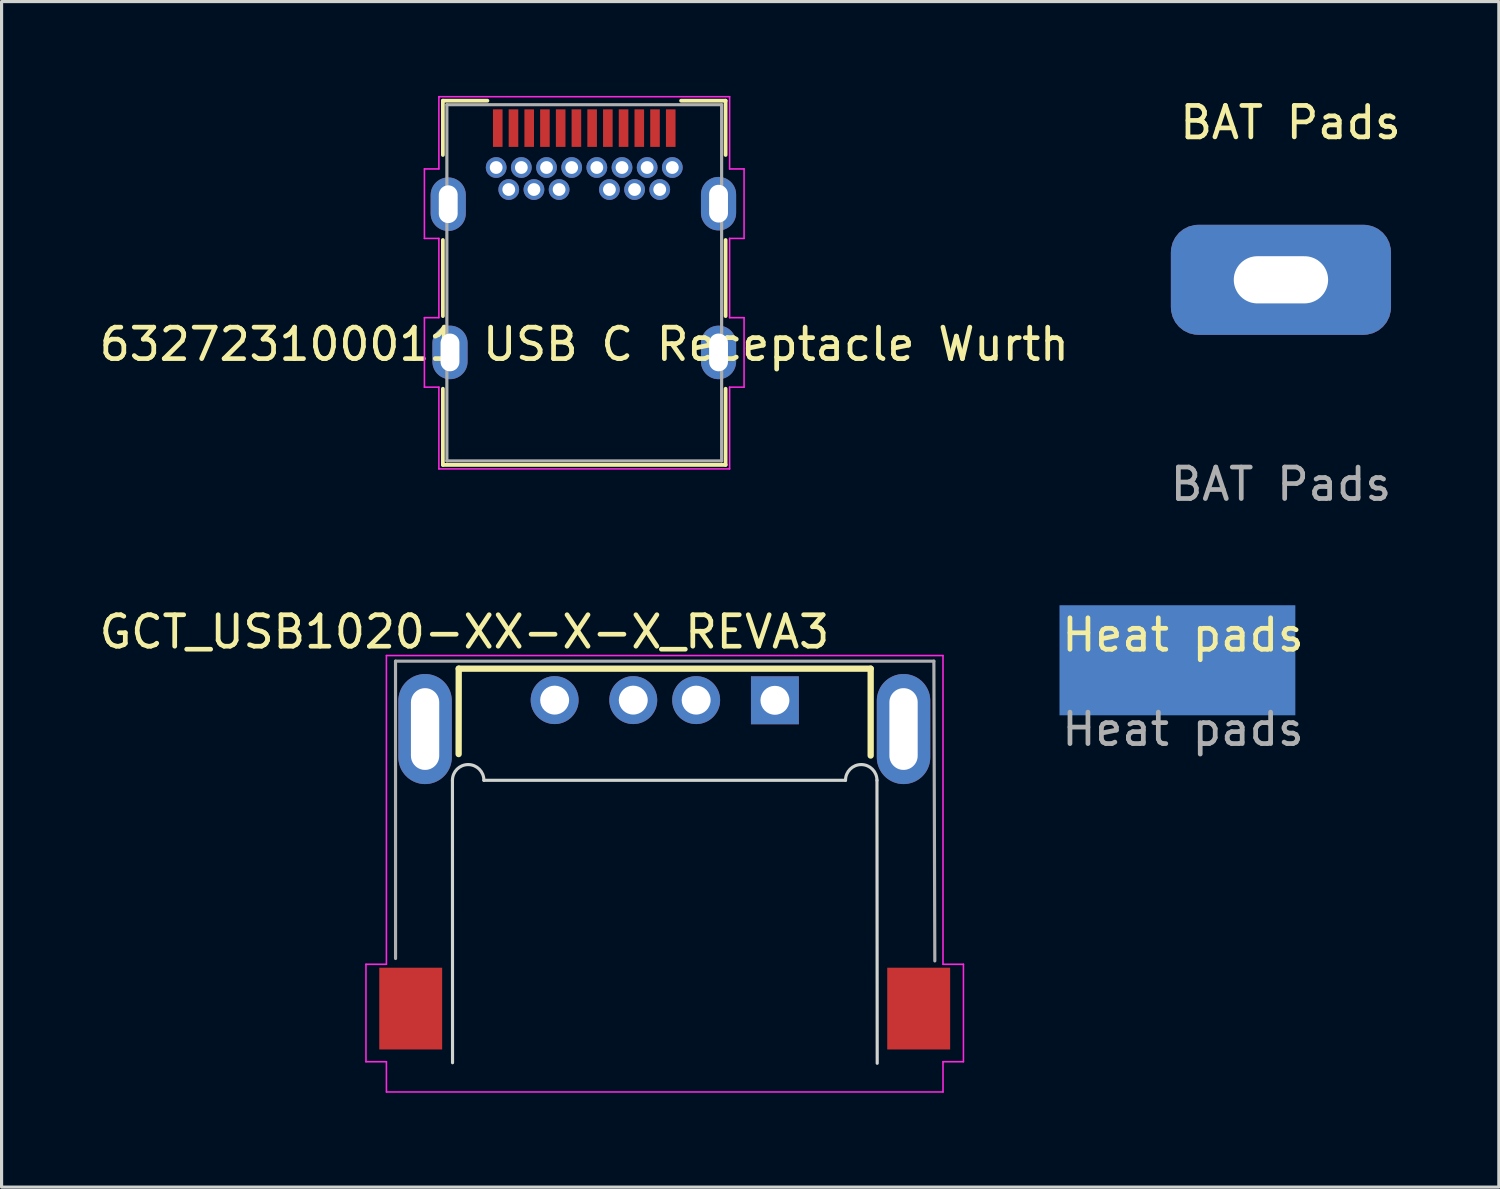
<source format=kicad_pcb>
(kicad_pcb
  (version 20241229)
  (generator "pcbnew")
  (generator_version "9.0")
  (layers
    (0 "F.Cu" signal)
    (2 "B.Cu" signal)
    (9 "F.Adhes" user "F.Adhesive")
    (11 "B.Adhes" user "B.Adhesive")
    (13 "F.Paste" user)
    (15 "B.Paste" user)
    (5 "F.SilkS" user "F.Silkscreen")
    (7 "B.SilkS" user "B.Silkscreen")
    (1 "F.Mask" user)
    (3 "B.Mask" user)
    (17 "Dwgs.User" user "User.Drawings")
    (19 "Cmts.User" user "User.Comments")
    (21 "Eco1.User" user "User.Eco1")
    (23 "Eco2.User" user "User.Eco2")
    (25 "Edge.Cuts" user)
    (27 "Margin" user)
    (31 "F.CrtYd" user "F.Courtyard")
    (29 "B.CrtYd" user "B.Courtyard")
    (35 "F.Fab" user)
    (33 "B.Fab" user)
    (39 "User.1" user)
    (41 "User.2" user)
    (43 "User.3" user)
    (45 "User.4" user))
  (footprint "632723100011 USB C Receptacle Wurth"
    (layer "F.Cu")
    (at 12.779 1.031)
    (property "Reference" "632723100011 USB C Receptacle Wurth" (at 2.751 6.868 0) (layer "F.SilkS") (effects (font (size 1 1) (thickness 0.15))))
    (attr through_hole)
    (fp_line (start -1.745 -0.879) (end -1.745 0.847) (stroke (width 0.12) (type solid)) (layer "F.SilkS"))
    (fp_line (start -1.745 3.551) (end -1.745 5.971) (stroke (width 0.12) (type solid)) (layer "F.SilkS"))
    (fp_line (start -1.745 8.281) (end -1.745 10.703) (stroke (width 0.12) (type solid)) (layer "F.SilkS"))
    (fp_line (start -1.745 10.703) (end 7.246 10.703) (stroke (width 0.12) (type solid)) (layer "F.SilkS"))
    (fp_line (start -0.329 -0.879) (end -1.745 -0.879) (stroke (width 0.12) (type solid)) (layer "F.SilkS"))
    (fp_line (start 7.246 -0.879) (end 5.83 -0.879) (stroke (width 0.12) (type solid)) (layer "F.SilkS"))
    (fp_line (start 7.246 0.847) (end 7.246 -0.879) (stroke (width 0.12) (type solid)) (layer "F.SilkS"))
    (fp_line (start 7.246 5.971) (end 7.246 3.551) (stroke (width 0.12) (type solid)) (layer "F.SilkS"))
    (fp_line (start 7.246 10.703) (end 7.246 8.281) (stroke (width 0.12) (type solid)) (layer "F.SilkS"))
    (fp_line (start -2.332 6.021) (end -2.332 8.231) (stroke (width 0.05) (type solid)) (layer "F.CrtYd"))
    (fp_line (start -2.332 8.231) (end -1.872 8.231) (stroke (width 0.05) (type solid)) (layer "F.CrtYd"))
    (fp_line (start -2.332 1.291) (end -2.332 3.501) (stroke (width 0.05) (type solid)) (layer "F.CrtYd"))
    (fp_line (start -2.332 3.501) (end -1.872 3.501) (stroke (width 0.05) (type solid)) (layer "F.CrtYd"))
    (fp_line (start -1.872 -1.006) (end -1.872 1.291) (stroke (width 0.05) (type solid)) (layer "F.CrtYd"))
    (fp_line (start -1.872 1.291) (end -2.332 1.291) (stroke (width 0.05) (type solid)) (layer "F.CrtYd"))
    (fp_line (start -1.872 3.501) (end -1.872 6.021) (stroke (width 0.05) (type solid)) (layer "F.CrtYd"))
    (fp_line (start -1.872 6.021) (end -2.332 6.021) (stroke (width 0.05) (type solid)) (layer "F.CrtYd"))
    (fp_line (start -1.872 8.231) (end -1.872 10.83) (stroke (width 0.05) (type solid)) (layer "F.CrtYd"))
    (fp_line (start -1.872 10.83) (end 7.373 10.83) (stroke (width 0.05) (type solid)) (layer "F.CrtYd"))
    (fp_line (start 7.373 -1.006) (end -1.872 -1.006) (stroke (width 0.05) (type solid)) (layer "F.CrtYd"))
    (fp_line (start 7.373 1.291) (end 7.373 -1.006) (stroke (width 0.05) (type solid)) (layer "F.CrtYd"))
    (fp_line (start 7.373 3.501) (end 7.833 3.501) (stroke (width 0.05) (type solid)) (layer "F.CrtYd"))
    (fp_line (start 7.373 6.021) (end 7.373 3.501) (stroke (width 0.05) (type solid)) (layer "F.CrtYd"))
    (fp_line (start 7.373 8.231) (end 7.833 8.231) (stroke (width 0.05) (type solid)) (layer "F.CrtYd"))
    (fp_line (start 7.373 10.83) (end 7.373 8.231) (stroke (width 0.05) (type solid)) (layer "F.CrtYd"))
    (fp_line (start 7.833 1.291) (end 7.373 1.291) (stroke (width 0.05) (type solid)) (layer "F.CrtYd"))
    (fp_line (start 7.833 3.501) (end 7.833 1.291) (stroke (width 0.05) (type solid)) (layer "F.CrtYd"))
    (fp_line (start 7.833 6.021) (end 7.373 6.021) (stroke (width 0.05) (type solid)) (layer "F.CrtYd"))
    (fp_line (start 7.833 8.231) (end 7.833 6.021) (stroke (width 0.05) (type solid)) (layer "F.CrtYd"))
    (fp_line (start -1.618 -0.752) (end -1.618 10.576) (stroke (width 0.1) (type solid)) (layer "F.Fab"))
    (fp_line (start -1.618 10.576) (end 7.119 10.576) (stroke (width 0.1) (type solid)) (layer "F.Fab"))
    (fp_line (start 7.119 -0.752) (end -1.618 -0.752) (stroke (width 0.1) (type solid)) (layer "F.Fab"))
    (fp_line (start 7.119 10.576) (end 7.119 -0.752) (stroke (width 0.1) (type solid)) (layer "F.Fab"))
    (pad "25" thru_hole circle (at 4.751 1.246) (size 0.66 0.66) (drill 0.406) (layers "*.Cu" "*.Mask"))
    (pad "26" thru_hole circle (at 0.75 1.246) (size 0.66 0.66) (drill 0.406) (layers "*.Cu" "*.Mask"))
    (pad "A1" smd rect (at 0 -0.007) (size 0.305 1.194) (layers "F.Cu" "F.Mask" "F.Paste"))
    (pad "A2" smd rect (at 0.5 -0.007) (size 0.305 1.194) (layers "F.Cu" "F.Mask" "F.Paste"))
    (pad "A3" smd rect (at 1 -0.007) (size 0.305 1.194) (layers "F.Cu" "F.Mask" "F.Paste"))
    (pad "A4" smd rect (at 1.5 -0.007) (size 0.305 1.194) (layers "F.Cu" "F.Mask" "F.Paste"))
    (pad "A5" smd rect (at 2.001 -0.007) (size 0.305 1.194) (layers "F.Cu" "F.Mask" "F.Paste"))
    (pad "A6" smd rect (at 2.501 -0.007) (size 0.305 1.194) (layers "F.Cu" "F.Mask" "F.Paste"))
    (pad "A7" smd rect (at 3.001 -0.007) (size 0.305 1.194) (layers "F.Cu" "F.Mask" "F.Paste"))
    (pad "A8" smd rect (at 3.501 -0.007) (size 0.305 1.194) (layers "F.Cu" "F.Mask" "F.Paste"))
    (pad "A9" smd rect (at 4.001 -0.007) (size 0.305 1.194) (layers "F.Cu" "F.Mask" "F.Paste"))
    (pad "A10" smd rect (at 4.501 -0.007) (size 0.305 1.194) (layers "F.Cu" "F.Mask" "F.Paste"))
    (pad "A11" smd rect (at 5.001 -0.007) (size 0.305 1.194) (layers "F.Cu" "F.Mask" "F.Paste"))
    (pad "A12" smd rect (at 5.501 -0.007) (size 0.305 1.194) (layers "F.Cu" "F.Mask" "F.Paste"))
    (pad "B1" thru_hole circle (at 5.551 1.246) (size 0.66 0.66) (drill 0.406) (layers "*.Cu" "*.Mask"))
    (pad "B2" thru_hole circle (at 5.151 1.946) (size 0.66 0.66) (drill 0.406) (layers "*.Cu" "*.Mask"))
    (pad "B3" thru_hole circle (at 4.351 1.946) (size 0.66 0.66) (drill 0.406) (layers "*.Cu" "*.Mask"))
    (pad "B4" thru_hole circle (at 3.951 1.246) (size 0.66 0.66) (drill 0.406) (layers "*.Cu" "*.Mask"))
    (pad "B5" thru_hole circle (at 3.551 1.946) (size 0.66 0.66) (drill 0.406) (layers "*.Cu" "*.Mask"))
    (pad "B6" thru_hole circle (at 3.151 1.246) (size 0.66 0.66) (drill 0.406) (layers "*.Cu" "*.Mask"))
    (pad "B7" thru_hole circle (at 2.351 1.246) (size 0.66 0.66) (drill 0.406) (layers "*.Cu" "*.Mask"))
    (pad "B8" thru_hole circle (at 1.951 1.946) (size 0.66 0.66) (drill 0.406) (layers "*.Cu" "*.Mask"))
    (pad "B9" thru_hole circle (at 1.551 1.246) (size 0.66 0.66) (drill 0.406) (layers "*.Cu" "*.Mask"))
    (pad "B10" thru_hole circle (at 1.151 1.946) (size 0.66 0.66) (drill 0.406) (layers "*.Cu" "*.Mask"))
    (pad "B11" thru_hole circle (at 0.35 1.946) (size 0.66 0.66) (drill 0.406) (layers "*.Cu" "*.Mask"))
    (pad "B12" thru_hole circle (at -0.05 1.246) (size 0.66 0.66) (drill 0.406) (layers "*.Cu" "*.Mask"))
    (pad "S1" thru_hole oval (at -1.575 2.413 90) (size 1.702 1.118) (drill oval 1.2 0.6) (layers "*.Cu" "*.Mask"))
    (pad "S1" thru_hole oval (at -1.519 7.126 90) (size 1.702 1.118) (drill oval 1.2 0.6) (layers "*.Cu" "*.Mask"))
    (pad "S1" thru_hole oval (at 7.021 2.396 90) (size 1.702 1.118) (drill oval 1.2 0.6) (layers "*.Cu" "*.Mask"))
    (pad "S1" thru_hole oval (at 7.021 7.126 90) (size 1.702 1.118) (drill oval 1.2 0.6) (layers "*.Cu" "*.Mask")))
  (footprint "Heat pads"
    (layer "F.Cu")
    (at 34.571 17.642)
    (property "Reference" "Heat pads" (at 0 -0.5 0) (unlocked yes) (layer "F.SilkS") (effects (font (size 1 1) (thickness 0.15))))
    (attr smd)
    (fp_text user "${REFERENCE}" (at 0 2.5 0) (unlocked yes) (layer "F.Fab") (effects (font (size 1 1) (thickness 0.15))))
    (pad "1" smd rect (at -0.178 0.305) (size 7.5 3.5) (layers "B.Cu" "B.Mask")))
  (footprint "BAT Pads"
    (layer "F.Cu")
    (at 37.685 5.848)
    (property "Reference" "BAT Pads" (at 0.305 -5 0) (unlocked yes) (layer "F.SilkS") (effects (font (size 1 1) (thickness 0.15))))
    (attr smd)
    (fp_text user "${REFERENCE}" (at 0 6.5 0) (unlocked yes) (layer "F.Fab") (effects (font (size 1 1) (thickness 0.15))))
    (pad "1" thru_hole roundrect (at 0 0) (size 7 3.5) (drill oval 3 1.5) (layers "*.Cu" "*.Mask") (roundrect_rratio 0.25)))
  (footprint "GCT_USB1020-XX-X-X_REVA3"
    (layer "F.Cu")
    (at 18.088 25.214)
    (property "Reference" "GCT_USB1020-XX-X-X_REVA3" (at -6.368 -8.169 0) (layer "F.SilkS") (effects (font (size 1 1) (thickness 0.15))))
    (attr through_hole)
    (fp_line (start -6.553 -4.284) (end -6.55 -7) (stroke (width 0.2) (type solid)) (layer "F.SilkS"))
    (fp_line (start -6.55 -7) (end 6.55 -7) (stroke (width 0.2) (type solid)) (layer "F.SilkS"))
    (fp_line (start 6.55 -4.237) (end 6.55 -7) (stroke (width 0.2) (type solid)) (layer "F.SilkS"))
    (fp_line (start -6.75 -3.45) (end -6.747 5.532) (stroke (width 0.1) (type solid)) (layer "Edge.Cuts"))
    (fp_line (start -5.75 -3.45) (end 5.75 -3.45) (stroke (width 0.1) (type solid)) (layer "Edge.Cuts"))
    (fp_line (start 6.758 5.549) (end 6.75 -3.45) (stroke (width 0.1) (type solid)) (layer "Edge.Cuts"))
    (fp_arc (start -6.75 -3.45) (mid -6.25 -3.95) (end -5.75 -3.45) (stroke (width 0.1) (type solid)) (layer "Edge.Cuts"))
    (fp_arc (start 5.75 -3.45) (mid 6.25 -3.95) (end 6.75 -3.45) (stroke (width 0.1) (type solid)) (layer "Edge.Cuts"))
    (fp_line (start -9.5 2.4) (end -8.85 2.4) (stroke (width 0.05) (type solid)) (layer "F.CrtYd"))
    (fp_line (start -9.5 5.5) (end -9.5 2.4) (stroke (width 0.05) (type solid)) (layer "F.CrtYd"))
    (fp_line (start -9.5 5.5) (end -8.85 5.5) (stroke (width 0.05) (type solid)) (layer "F.CrtYd"))
    (fp_line (start -8.85 -7.417) (end 8.85 -7.417) (stroke (width 0.05) (type solid)) (layer "F.CrtYd"))
    (fp_line (start -8.85 2.4) (end -8.85 -7.417) (stroke (width 0.05) (type solid)) (layer "F.CrtYd"))
    (fp_line (start -8.849 6.461) (end -8.85 5.5) (stroke (width 0.05) (type solid)) (layer "F.CrtYd"))
    (fp_line (start -8.849 6.461) (end 8.851 6.461) (stroke (width 0.05) (type solid)) (layer "F.CrtYd"))
    (fp_line (start 8.85 2.4) (end 8.85 -7.417) (stroke (width 0.05) (type solid)) (layer "F.CrtYd"))
    (fp_line (start 8.85 2.4) (end 9.5 2.4) (stroke (width 0.05) (type solid)) (layer "F.CrtYd"))
    (fp_line (start 8.85 5.5) (end 9.5 5.5) (stroke (width 0.05) (type solid)) (layer "F.CrtYd"))
    (fp_line (start 8.851 6.461) (end 8.85 5.5) (stroke (width 0.05) (type solid)) (layer "F.CrtYd"))
    (fp_line (start 9.5 5.5) (end 9.5 2.4) (stroke (width 0.05) (type solid)) (layer "F.CrtYd"))
    (fp_line (start -8.56 -7.239) (end 8.56 -7.239) (stroke (width 0.1) (type solid)) (layer "F.Fab"))
    (fp_line (start -8.559 2.217) (end -8.56 -7.239) (stroke (width 0.1) (type solid)) (layer "F.Fab"))
    (fp_line (start 8.59 2.294) (end 8.56 -7.239) (stroke (width 0.1) (type solid)) (layer "F.Fab"))
    (pad "1" thru_hole rect (at 3.505 -5.994) (size 1.524 1.524) (drill 0.92) (layers "*.Cu" "*.Mask"))
    (pad "2" thru_hole circle (at 1 -6) (size 1.524 1.524) (drill 0.92) (layers "*.Cu" "*.Mask"))
    (pad "3" thru_hole circle (at -1 -6) (size 1.524 1.524) (drill 0.92) (layers "*.Cu" "*.Mask"))
    (pad "4" thru_hole circle (at -3.5 -6) (size 1.524 1.524) (drill 0.92) (layers "*.Cu" "*.Mask"))
    (pad "5" smd rect (at -8.077 3.81) (size 2 2.6) (layers "F.Cu" "F.Mask" "F.Paste"))
    (pad "5" thru_hole oval (at -7.62 -5.08) (size 1.7 3.5) (drill oval 0.9 2.6) (layers "*.Cu" "*.Mask"))
    (pad "5" thru_hole oval (at 7.595 -5.08) (size 1.7 3.5) (drill oval 0.9 2.6) (layers "*.Cu" "*.Mask"))
    (pad "5" smd rect (at 8.077 3.81) (size 2 2.6) (layers "F.Cu" "F.Mask" "F.Paste")))
  (gr_rect
    (start -3 -3)
    (end 44.614 34.7)
    (stroke (width 0.1) (type default))
    (fill no)
    (layer "Edge.Cuts")))
</source>
